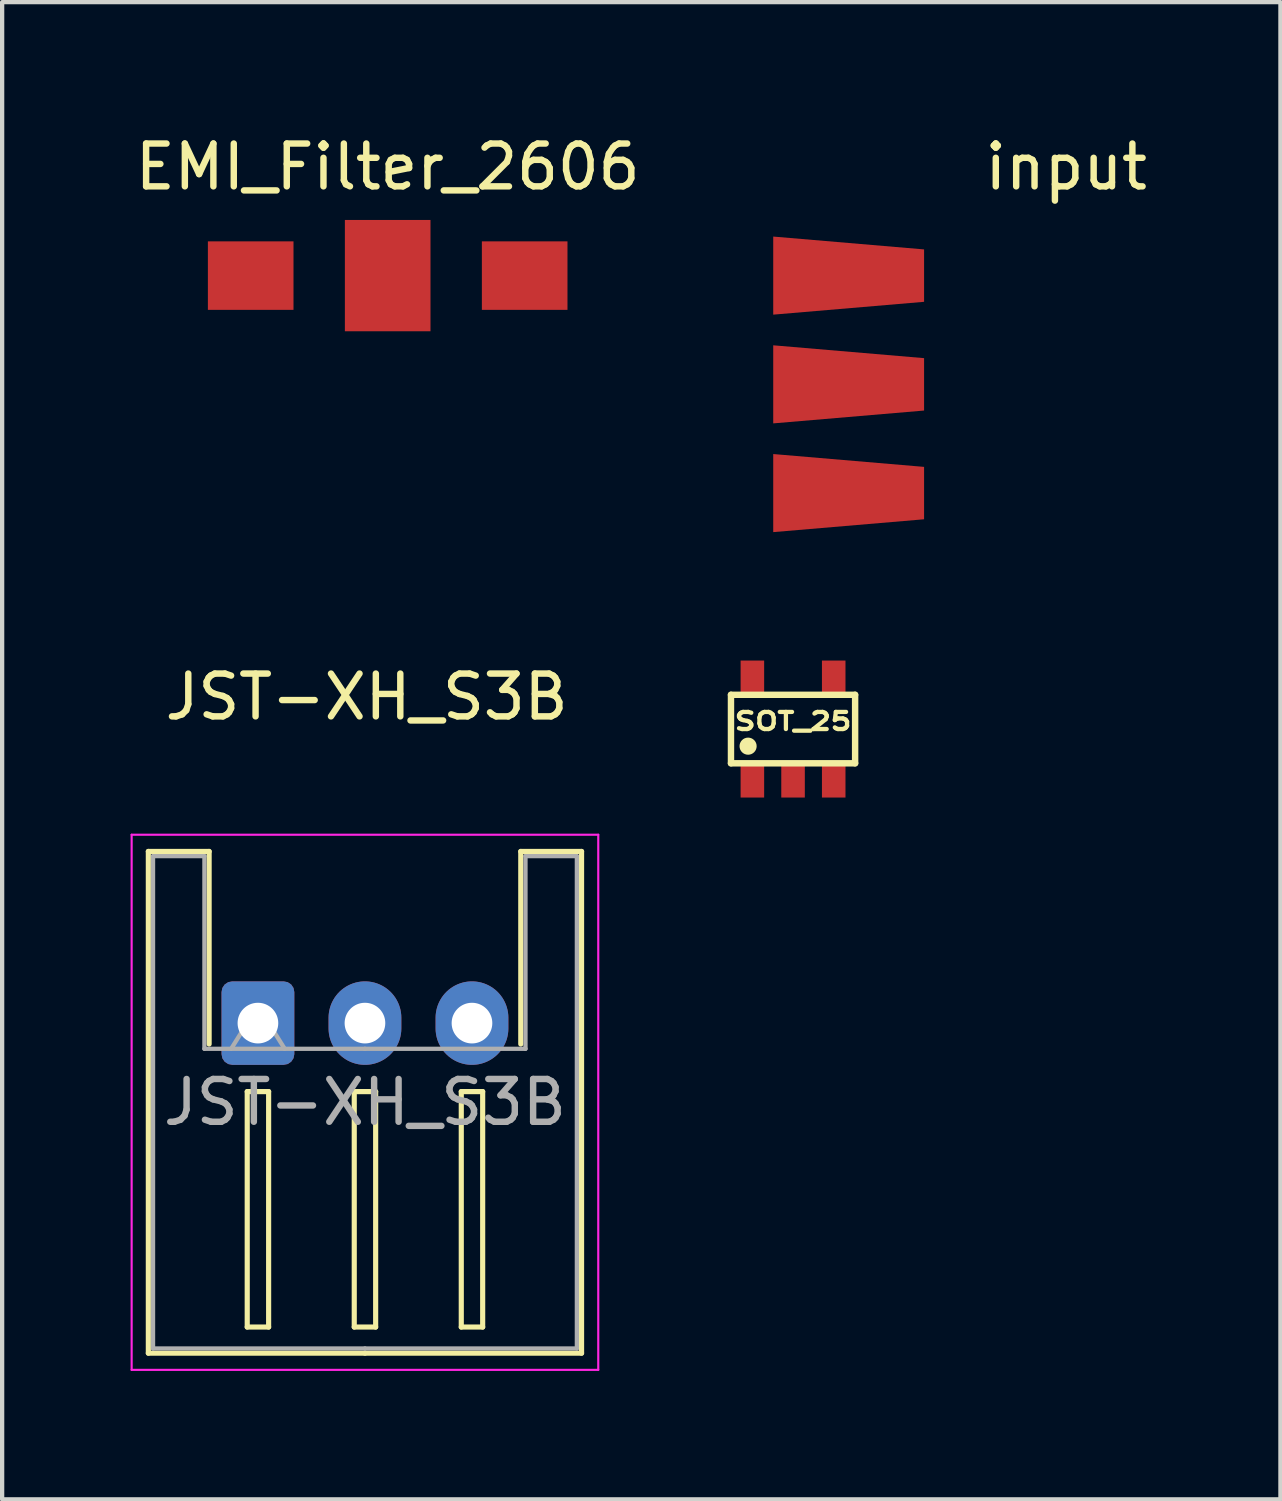
<source format=kicad_pcb>
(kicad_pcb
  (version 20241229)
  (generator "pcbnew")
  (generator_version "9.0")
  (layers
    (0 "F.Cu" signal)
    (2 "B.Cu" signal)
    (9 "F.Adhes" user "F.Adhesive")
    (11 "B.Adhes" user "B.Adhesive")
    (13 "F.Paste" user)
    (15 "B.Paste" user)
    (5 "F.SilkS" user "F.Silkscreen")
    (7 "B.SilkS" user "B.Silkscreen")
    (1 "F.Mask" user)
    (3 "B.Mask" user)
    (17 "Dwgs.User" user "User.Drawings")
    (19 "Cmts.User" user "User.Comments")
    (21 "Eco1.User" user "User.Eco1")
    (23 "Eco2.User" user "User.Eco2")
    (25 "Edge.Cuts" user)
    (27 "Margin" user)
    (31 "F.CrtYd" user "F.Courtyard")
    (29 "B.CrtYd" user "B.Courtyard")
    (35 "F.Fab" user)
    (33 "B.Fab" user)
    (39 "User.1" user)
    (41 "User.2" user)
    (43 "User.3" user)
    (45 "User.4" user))
  (footprint "EMI_Filter_2606"
    (layer "F.Cu")
    (at 6.006 3.388)
    (property "Reference" "EMI_Filter_2606" (at 0 -2.54 0) (layer "F.SilkS") (effects (font (size 1 1) (thickness 0.15))))
    (attr through_hole)
    (pad "1" smd rect (at -3.2 0) (size 2 1.6) (layers "F.Cu" "F.Mask" "F.Paste"))
    (pad "2" smd rect (at 0 0) (size 2 2.6) (layers "F.Cu" "F.Mask" "F.Paste"))
    (pad "3" smd rect (at 3.2 0) (size 2 1.6) (layers "F.Cu" "F.Mask" "F.Paste")))
  (footprint "input"
    (layer "F.Cu")
    (at 16.774 5.928)
    (property "Reference" "input" (at 5.08 -5.08 0) (layer "F.SilkS") (effects (font (size 1 1) (thickness 0.15))))
    (attr through_hole)
    (pad "1" smd trapezoid (at 0 -2.54) (size 3.524 1.524) (rect_delta 0.3 0) (layers "F.Cu" "F.Mask" "F.Paste"))
    (pad "2" smd trapezoid (at 0 0) (size 3.524 1.524) (rect_delta 0.3 0) (layers "F.Cu" "F.Mask" "F.Paste"))
    (pad "3" smd trapezoid (at 0 2.54) (size 3.524 1.524) (rect_delta 0.3 0) (layers "F.Cu" "F.Mask" "F.Paste")))
  (footprint "JST-XH_S3B"
    (layer "F.Cu")
    (at 5.515 20.849)
    (property "Reference" "JST-XH_S3B" (at 0 -7.62 0) (layer "F.SilkS") (effects (font (size 1 1) (thickness 0.15))))
    (attr through_hole)
    (fp_line (start -5.1 -4.01) (end -3.68 -4.01) (stroke (width 0.12) (type solid)) (layer "F.SilkS"))
    (fp_line (start -5.1 7.71) (end -5.1 -4.01) (stroke (width 0.12) (type solid)) (layer "F.SilkS"))
    (fp_line (start -3.68 -4.01) (end -3.68 0.49) (stroke (width 0.12) (type solid)) (layer "F.SilkS"))
    (fp_line (start -2.79 1.6) (end -2.79 7.1) (stroke (width 0.12) (type solid)) (layer "F.SilkS"))
    (fp_line (start -2.79 7.1) (end -2.29 7.1) (stroke (width 0.12) (type solid)) (layer "F.SilkS"))
    (fp_line (start -2.29 1.6) (end -2.79 1.6) (stroke (width 0.12) (type solid)) (layer "F.SilkS"))
    (fp_line (start -2.29 7.1) (end -2.29 1.6) (stroke (width 0.12) (type solid)) (layer "F.SilkS"))
    (fp_line (start -0.29 1.6) (end -0.29 7.1) (stroke (width 0.12) (type solid)) (layer "F.SilkS"))
    (fp_line (start -0.29 7.1) (end 0.21 7.1) (stroke (width 0.12) (type solid)) (layer "F.SilkS"))
    (fp_line (start -0.04 7.71) (end -5.1 7.71) (stroke (width 0.12) (type solid)) (layer "F.SilkS"))
    (fp_line (start -0.04 7.71) (end 5.02 7.71) (stroke (width 0.12) (type solid)) (layer "F.SilkS"))
    (fp_line (start 0.21 1.6) (end -0.29 1.6) (stroke (width 0.12) (type solid)) (layer "F.SilkS"))
    (fp_line (start 0.21 7.1) (end 0.21 1.6) (stroke (width 0.12) (type solid)) (layer "F.SilkS"))
    (fp_line (start 2.21 1.6) (end 2.21 7.1) (stroke (width 0.12) (type solid)) (layer "F.SilkS"))
    (fp_line (start 2.21 7.1) (end 2.71 7.1) (stroke (width 0.12) (type solid)) (layer "F.SilkS"))
    (fp_line (start 2.71 1.6) (end 2.21 1.6) (stroke (width 0.12) (type solid)) (layer "F.SilkS"))
    (fp_line (start 2.71 7.1) (end 2.71 1.6) (stroke (width 0.12) (type solid)) (layer "F.SilkS"))
    (fp_line (start 3.6 -4.01) (end 3.6 0.49) (stroke (width 0.12) (type solid)) (layer "F.SilkS"))
    (fp_line (start 5.02 -4.01) (end 3.6 -4.01) (stroke (width 0.12) (type solid)) (layer "F.SilkS"))
    (fp_line (start 5.02 7.71) (end 5.02 -4.01) (stroke (width 0.12) (type solid)) (layer "F.SilkS"))
    (fp_line (start -5.49 -4.4) (end -5.49 8.1) (stroke (width 0.05) (type solid)) (layer "F.CrtYd"))
    (fp_line (start -5.49 8.1) (end 5.41 8.1) (stroke (width 0.05) (type solid)) (layer "F.CrtYd"))
    (fp_line (start 5.41 -4.4) (end -5.49 -4.4) (stroke (width 0.05) (type solid)) (layer "F.CrtYd"))
    (fp_line (start 5.41 8.1) (end 5.41 -4.4) (stroke (width 0.05) (type solid)) (layer "F.CrtYd"))
    (fp_line (start -4.99 -3.9) (end -3.79 -3.9) (stroke (width 0.1) (type solid)) (layer "F.Fab"))
    (fp_line (start -4.99 7.6) (end -4.99 -3.9) (stroke (width 0.1) (type solid)) (layer "F.Fab"))
    (fp_line (start -3.79 -3.9) (end -3.79 0.6) (stroke (width 0.1) (type solid)) (layer "F.Fab"))
    (fp_line (start -3.79 0.6) (end -0.04 0.6) (stroke (width 0.1) (type solid)) (layer "F.Fab"))
    (fp_line (start -3.165 0.6) (end -2.54 -0.4) (stroke (width 0.1) (type solid)) (layer "F.Fab"))
    (fp_line (start -2.54 -0.4) (end -1.915 0.6) (stroke (width 0.1) (type solid)) (layer "F.Fab"))
    (fp_line (start -0.04 7.6) (end -4.99 7.6) (stroke (width 0.1) (type solid)) (layer "F.Fab"))
    (fp_line (start -0.04 7.6) (end 4.91 7.6) (stroke (width 0.1) (type solid)) (layer "F.Fab"))
    (fp_line (start 3.71 -3.9) (end 3.71 0.6) (stroke (width 0.1) (type solid)) (layer "F.Fab"))
    (fp_line (start 3.71 0.6) (end -0.04 0.6) (stroke (width 0.1) (type solid)) (layer "F.Fab"))
    (fp_line (start 4.91 -3.9) (end 3.71 -3.9) (stroke (width 0.1) (type solid)) (layer "F.Fab"))
    (fp_line (start 4.91 7.6) (end 4.91 -3.9) (stroke (width 0.1) (type solid)) (layer "F.Fab"))
    (fp_text user "${REFERENCE}" (at -0.04 1.85 0) (layer "F.Fab") (effects (font (size 1 1) (thickness 0.15))))
    (pad "1" thru_hole roundrect (at -2.54 0) (size 1.7 1.95) (drill 0.95) (layers "*.Cu" "*.Mask") (roundrect_rratio 0.147))
    (pad "2" thru_hole oval (at -0.04 0) (size 1.7 1.95) (drill 0.95) (layers "*.Cu" "*.Mask"))
    (pad "3" thru_hole oval (at 2.46 0) (size 1.7 1.95) (drill 0.95) (layers "*.Cu" "*.Mask")))
  (footprint "SOT_25"
    (layer "F.Cu")
    (at 15.475 13.98)
    (property "Reference" "SOT_25" (at 0 -0.18 0) (layer "F.SilkS") (effects (font (size 0.4 0.5) (thickness 0.1))))
    (attr smd)
    (fp_line (start -1.45 -0.8) (end 1.45 -0.8) (stroke (width 0.15) (type solid)) (layer "F.SilkS"))
    (fp_line (start -1.45 0.8) (end -1.45 -0.8) (stroke (width 0.15) (type solid)) (layer "F.SilkS"))
    (fp_line (start 1.45 -0.8) (end 1.45 0.8) (stroke (width 0.15) (type solid)) (layer "F.SilkS"))
    (fp_line (start 1.45 0.8) (end -1.45 0.8) (stroke (width 0.15) (type solid)) (layer "F.SilkS"))
    (fp_circle (center -1.05 0.4) (end -0.95 0.4) (stroke (width 0.2) (type solid)) (fill no) (layer "F.SilkS"))
    (pad "1" smd rect (at -0.95 1.2) (size 0.55 0.8) (layers "F.Cu" "F.Mask" "F.Paste"))
    (pad "2" smd rect (at 0 1.2) (size 0.55 0.8) (layers "F.Cu" "F.Mask" "F.Paste"))
    (pad "3" smd rect (at 0.95 1.2) (size 0.55 0.8) (layers "F.Cu" "F.Mask" "F.Paste"))
    (pad "4" smd rect (at 0.95 -1.2) (size 0.55 0.8) (layers "F.Cu" "F.Mask" "F.Paste"))
    (pad "5" smd rect (at -0.95 -1.2) (size 0.55 0.8) (layers "F.Cu" "F.Mask" "F.Paste")))
  (gr_rect
    (start -3 -3)
    (end 26.86 31.974)
    (stroke (width 0.1) (type default))
    (fill no)
    (layer "Edge.Cuts")))
</source>
